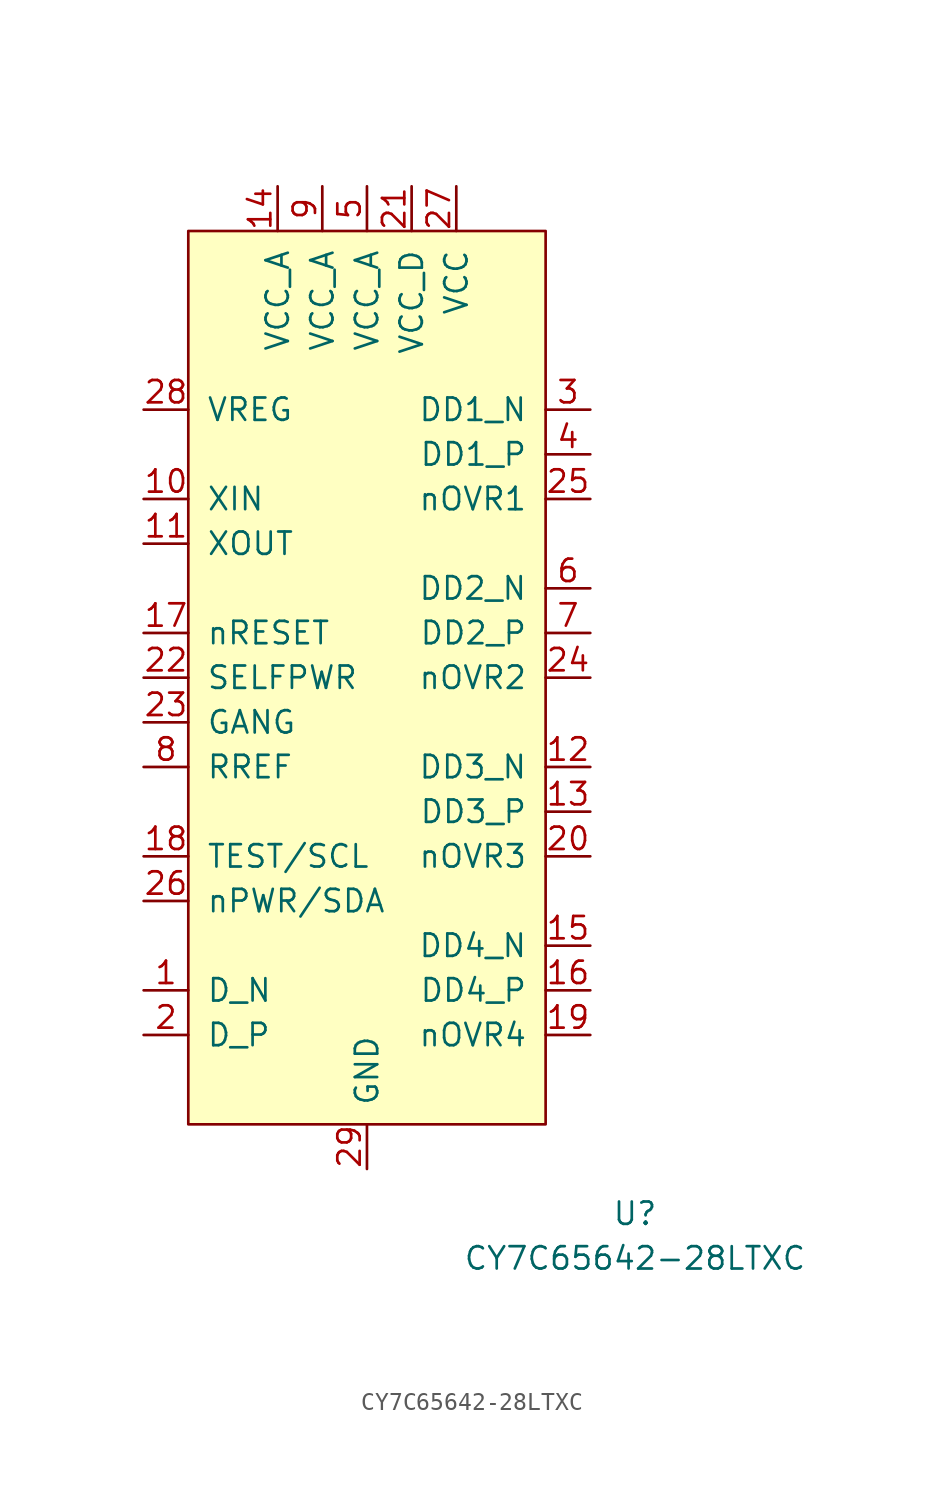
<source format=kicad_sym>
(kicad_symbol_lib
  (version 20210619)
  (generator kicad_symbol_editor)
  (symbol "usb_controller:CY7C65642-28LTXC"
    (pin_names
      (offset 1.016))
    (property "Reference" "U"
      (at 15.24 -30.48 0)
      (effects (font (size 1.27 1.27))))
    (property "Value" "CY7C65642-28LTXC"
      (at 15.24 -33.02 0)
      (effects (font (size 1.27 1.27))))
    (symbol "CY7C65642-28LTXC_0_1"
      (rectangle (start -10.16 25.4) (end 10.16 -25.4) (stroke (width 0.152)) (fill (type background))))
    (symbol "CY7C65642-28LTXC_1_1"
      (pin input line (at -12.7 -17.78 0) (length 2.54) (name "D_N" (effects (font (size 1.27 1.27)))) (number "1" (effects (font (size 1.27 1.27)))))
      (pin input line (at -12.7 10.16 0) (length 2.54) (name "XIN" (effects (font (size 1.27 1.27)))) (number "10" (effects (font (size 1.27 1.27)))))
      (pin input line (at -12.7 7.62 0) (length 2.54) (name "XOUT" (effects (font (size 1.27 1.27)))) (number "11" (effects (font (size 1.27 1.27)))))
      (pin output line (at 12.7 -5.08 180) (length 2.54) (name "DD3_N" (effects (font (size 1.27 1.27)))) (number "12" (effects (font (size 1.27 1.27)))))
      (pin output line (at 12.7 -7.62 180) (length 2.54) (name "DD3_P" (effects (font (size 1.27 1.27)))) (number "13" (effects (font (size 1.27 1.27)))))
      (pin power_in line (at -5.08 27.94 270) (length 2.54) (name "VCC_A" (effects (font (size 1.27 1.27)))) (number "14" (effects (font (size 1.27 1.27)))))
      (pin output line (at 12.7 -15.24 180) (length 2.54) (name "DD4_N" (effects (font (size 1.27 1.27)))) (number "15" (effects (font (size 1.27 1.27)))))
      (pin output line (at 12.7 -17.78 180) (length 2.54) (name "DD4_P" (effects (font (size 1.27 1.27)))) (number "16" (effects (font (size 1.27 1.27)))))
      (pin input line (at -12.7 2.54 0) (length 2.54) (name "nRESET" (effects (font (size 1.27 1.27)))) (number "17" (effects (font (size 1.27 1.27)))))
      (pin input line (at -12.7 -10.16 0) (length 2.54) (name "TEST/SCL" (effects (font (size 1.27 1.27)))) (number "18" (effects (font (size 1.27 1.27)))))
      (pin input line (at 12.7 -20.32 180) (length 2.54) (name "nOVR4" (effects (font (size 1.27 1.27)))) (number "19" (effects (font (size 1.27 1.27)))))
      (pin input line (at -12.7 -20.32 0) (length 2.54) (name "D_P" (effects (font (size 1.27 1.27)))) (number "2" (effects (font (size 1.27 1.27)))))
      (pin input line (at 12.7 -10.16 180) (length 2.54) (name "nOVR3" (effects (font (size 1.27 1.27)))) (number "20" (effects (font (size 1.27 1.27)))))
      (pin power_in line (at 2.54 27.94 270) (length 2.54) (name "VCC_D" (effects (font (size 1.27 1.27)))) (number "21" (effects (font (size 1.27 1.27)))))
      (pin input line (at -12.7 0 0) (length 2.54) (name "SELFPWR" (effects (font (size 1.27 1.27)))) (number "22" (effects (font (size 1.27 1.27)))))
      (pin input line (at -12.7 -2.54 0) (length 2.54) (name "GANG" (effects (font (size 1.27 1.27)))) (number "23" (effects (font (size 1.27 1.27)))))
      (pin input line (at 12.7 0 180) (length 2.54) (name "nOVR2" (effects (font (size 1.27 1.27)))) (number "24" (effects (font (size 1.27 1.27)))))
      (pin input line (at 12.7 10.16 180) (length 2.54) (name "nOVR1" (effects (font (size 1.27 1.27)))) (number "25" (effects (font (size 1.27 1.27)))))
      (pin input line (at -12.7 -12.7 0) (length 2.54) (name "nPWR/SDA" (effects (font (size 1.27 1.27)))) (number "26" (effects (font (size 1.27 1.27)))))
      (pin power_in line (at 5.08 27.94 270) (length 2.54) (name "VCC" (effects (font (size 1.27 1.27)))) (number "27" (effects (font (size 1.27 1.27)))))
      (pin power_out line (at -12.7 15.24 0) (length 2.54) (name "VREG" (effects (font (size 1.27 1.27)))) (number "28" (effects (font (size 1.27 1.27)))))
      (pin power_in line (at 0 -27.94 90) (length 2.54) (name "GND" (effects (font (size 1.27 1.27)))) (number "29" (effects (font (size 1.27 1.27)))))
      (pin output line (at 12.7 15.24 180) (length 2.54) (name "DD1_N" (effects (font (size 1.27 1.27)))) (number "3" (effects (font (size 1.27 1.27)))))
      (pin output line (at 12.7 12.7 180) (length 2.54) (name "DD1_P" (effects (font (size 1.27 1.27)))) (number "4" (effects (font (size 1.27 1.27)))))
      (pin power_in line (at 0 27.94 270) (length 2.54) (name "VCC_A" (effects (font (size 1.27 1.27)))) (number "5" (effects (font (size 1.27 1.27)))))
      (pin output line (at 12.7 5.08 180) (length 2.54) (name "DD2_N" (effects (font (size 1.27 1.27)))) (number "6" (effects (font (size 1.27 1.27)))))
      (pin output line (at 12.7 2.54 180) (length 2.54) (name "DD2_P" (effects (font (size 1.27 1.27)))) (number "7" (effects (font (size 1.27 1.27)))))
      (pin input line (at -12.7 -5.08 0) (length 2.54) (name "RREF" (effects (font (size 1.27 1.27)))) (number "8" (effects (font (size 1.27 1.27)))))
      (pin power_in line (at -2.54 27.94 270) (length 2.54) (name "VCC_A" (effects (font (size 1.27 1.27)))) (number "9" (effects (font (size 1.27 1.27))))))))
</source>
